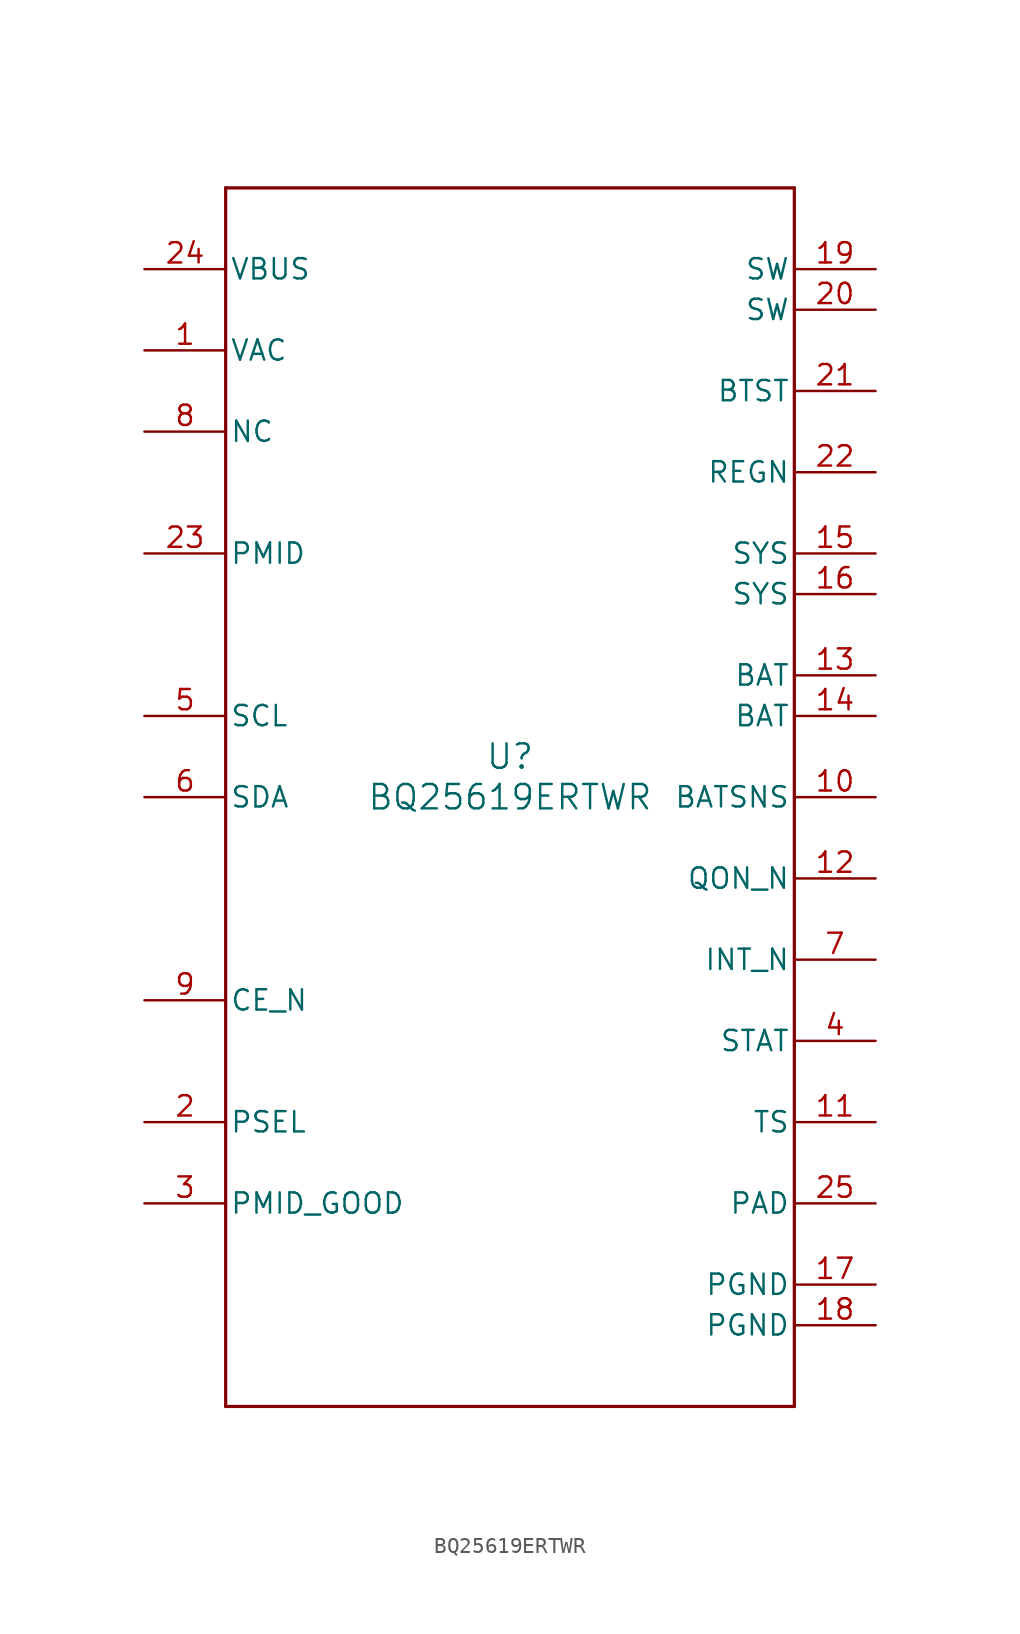
<source format=kicad_sym>
(kicad_symbol_lib
  (version 20241209)
  (generator "kicad_symbol_editor")
  (generator_version "9.0")
  (symbol "BQ25619ERTWR"
    (pin_names
      (offset 0.254))
    (property "Reference" "U"
      (at 0 2.54 0)
      (effects (font (size 1.524 1.524))))
    (property "Value" "BQ25619ERTWR"
      (at 0 0 0)
      (effects (font (size 1.524 1.524))))
    (property "ki_locked" ""
      (at 0 0 0)
      (effects (font (size 1.27 1.27))))
    (symbol "BQ25619ERTWR_0_1"
      (polyline (pts (xy -17.78 38.1) (xy -17.78 -38.1)) (stroke (width 0.203) (type default)) (fill (type none)))
      (polyline (pts (xy -17.78 -38.1) (xy 17.78 -38.1)) (stroke (width 0.203) (type default)) (fill (type none)))
      (polyline (pts (xy 17.78 38.1) (xy -17.78 38.1)) (stroke (width 0.203) (type default)) (fill (type none)))
      (polyline (pts (xy 17.78 -38.1) (xy 17.78 38.1)) (stroke (width 0.203) (type default)) (fill (type none)))
      (pin power_in line (at -22.86 33.02 0) (length 5.08) (name "VBUS" (effects (font (size 1.27 1.27)))) (number "24" (effects (font (size 1.27 1.27)))))
      (pin power_in line (at -22.86 27.94 0) (length 5.08) (name "VAC" (effects (font (size 1.27 1.27)))) (number "1" (effects (font (size 1.27 1.27)))))
      (pin unspecified line (at -22.86 22.86 0) (length 5.08) (name "NC" (effects (font (size 1.27 1.27)))) (number "8" (effects (font (size 1.27 1.27)))))
      (pin unspecified line (at -22.86 15.24 0) (length 5.08) (name "PMID" (effects (font (size 1.27 1.27)))) (number "23" (effects (font (size 1.27 1.27)))))
      (pin unspecified line (at -22.86 5.08 0) (length 5.08) (name "SCL" (effects (font (size 1.27 1.27)))) (number "5" (effects (font (size 1.27 1.27)))))
      (pin unspecified line (at -22.86 0 0) (length 5.08) (name "SDA" (effects (font (size 1.27 1.27)))) (number "6" (effects (font (size 1.27 1.27)))))
      (pin unspecified line (at -22.86 -12.7 0) (length 5.08) (name "CE_N" (effects (font (size 1.27 1.27)))) (number "9" (effects (font (size 1.27 1.27)))))
      (pin unspecified line (at -22.86 -20.32 0) (length 5.08) (name "PSEL" (effects (font (size 1.27 1.27)))) (number "2" (effects (font (size 1.27 1.27)))))
      (pin unspecified line (at -22.86 -25.4 0) (length 5.08) (name "PMID_GOOD" (effects (font (size 1.27 1.27)))) (number "3" (effects (font (size 1.27 1.27)))))
      (pin power_in line (at 22.86 33.02 180) (length 5.08) (name "SW" (effects (font (size 1.27 1.27)))) (number "19" (effects (font (size 1.27 1.27)))))
      (pin power_in line (at 22.86 30.48 180) (length 5.08) (name "SW" (effects (font (size 1.27 1.27)))) (number "20" (effects (font (size 1.27 1.27)))))
      (pin power_in line (at 22.86 25.4 180) (length 5.08) (name "BTST" (effects (font (size 1.27 1.27)))) (number "21" (effects (font (size 1.27 1.27)))))
      (pin power_in line (at 22.86 20.32 180) (length 5.08) (name "REGN" (effects (font (size 1.27 1.27)))) (number "22" (effects (font (size 1.27 1.27)))))
      (pin power_in line (at 22.86 15.24 180) (length 5.08) (name "SYS" (effects (font (size 1.27 1.27)))) (number "15" (effects (font (size 1.27 1.27)))))
      (pin power_in line (at 22.86 12.7 180) (length 5.08) (name "SYS" (effects (font (size 1.27 1.27)))) (number "16" (effects (font (size 1.27 1.27)))))
      (pin power_in line (at 22.86 7.62 180) (length 5.08) (name "BAT" (effects (font (size 1.27 1.27)))) (number "13" (effects (font (size 1.27 1.27)))))
      (pin power_in line (at 22.86 5.08 180) (length 5.08) (name "BAT" (effects (font (size 1.27 1.27)))) (number "14" (effects (font (size 1.27 1.27)))))
      (pin unspecified line (at 22.86 0 180) (length 5.08) (name "BATSNS" (effects (font (size 1.27 1.27)))) (number "10" (effects (font (size 1.27 1.27)))))
      (pin unspecified line (at 22.86 -5.08 180) (length 5.08) (name "QON_N" (effects (font (size 1.27 1.27)))) (number "12" (effects (font (size 1.27 1.27)))))
      (pin unspecified line (at 22.86 -10.16 180) (length 5.08) (name "INT_N" (effects (font (size 1.27 1.27)))) (number "7" (effects (font (size 1.27 1.27)))))
      (pin unspecified line (at 22.86 -15.24 180) (length 5.08) (name "STAT" (effects (font (size 1.27 1.27)))) (number "4" (effects (font (size 1.27 1.27)))))
      (pin unspecified line (at 22.86 -20.32 180) (length 5.08) (name "TS" (effects (font (size 1.27 1.27)))) (number "11" (effects (font (size 1.27 1.27)))))
      (pin unspecified line (at 22.86 -25.4 180) (length 5.08) (name "PAD" (effects (font (size 1.27 1.27)))) (number "25" (effects (font (size 1.27 1.27)))))
      (pin power_in line (at 22.86 -30.48 180) (length 5.08) (name "PGND" (effects (font (size 1.27 1.27)))) (number "17" (effects (font (size 1.27 1.27)))))
      (pin power_in line (at 22.86 -33.02 180) (length 5.08) (name "PGND" (effects (font (size 1.27 1.27)))) (number "18" (effects (font (size 1.27 1.27))))))))
</source>
